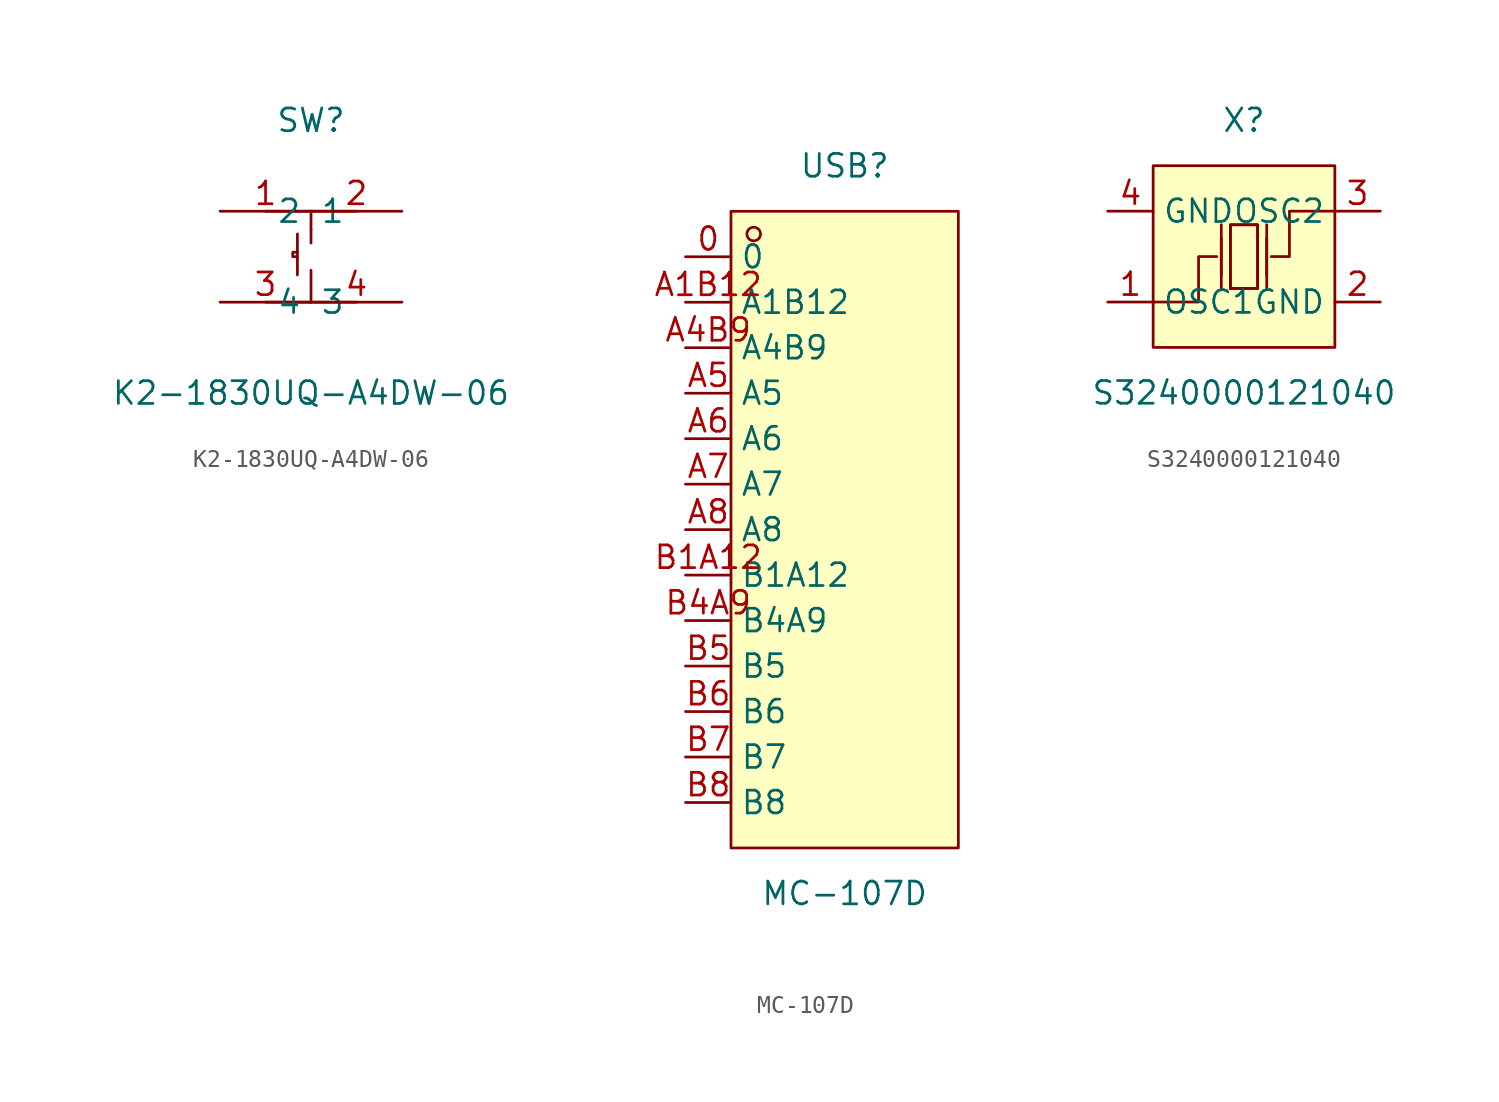
<source format=kicad_sym>
(kicad_symbol_lib
  (version 20211014)
  (generator https://github.com/uPesy/easyeda2kicad.py)
  (symbol "K2-1830UQ-A4DW-06"
    (property "Reference" "SW"
      (at 0 7.62 0)
      (effects (font (size 1.27 1.27))))
    (property "Value" "K2-1830UQ-A4DW-06"
      (at 0 -7.62 0)
      (effects (font (size 1.27 1.27))))
    (symbol "K2-1830UQ-A4DW-06_0_1"
      (polyline (pts (xy -2.54 2.54) (xy 2.54 2.54)) (stroke (width 0) (type default) (color 0 0 0 0)) (fill (type none)))
      (polyline (pts (xy -2.54 -2.54) (xy 2.54 -2.54)) (stroke (width 0) (type default) (color 0 0 0 0)) (fill (type none)))
      (polyline (pts (xy 0.00 2.54) (xy 0.00 1.52)) (stroke (width 0) (type default) (color 0 0 0 0)) (fill (type none)))
      (polyline (pts (xy 0.00 -2.54) (xy 0.00 -0.76)) (stroke (width 0) (type default) (color 0 0 0 0)) (fill (type none)))
      (polyline (pts (xy 0.00 1.52) (xy 0.00 0.76)) (stroke (width 0) (type default) (color 0 0 0 0)) (fill (type none)))
      (polyline (pts (xy -0.76 1.27) (xy -0.76 -1.02)) (stroke (width 0) (type default) (color 0 0 0 0)) (fill (type none)))
      (polyline (pts (xy -0.76 0.25) (xy -1.02 0.25) (xy -1.02 -0.00) (xy -0.76 -0.00)) (stroke (width 0) (type default) (color 0 0 0 0)) (fill (type none)))
      (pin unspecified line (at -5.08 2.54 0) (length 5.08) (name "1" (effects (font (size 1.27 1.27)))) (number "1" (effects (font (size 1.27 1.27)))))
      (pin unspecified line (at 5.08 2.54 180) (length 5.08) (name "2" (effects (font (size 1.27 1.27)))) (number "2" (effects (font (size 1.27 1.27)))))
      (pin unspecified line (at -5.08 -2.54 0) (length 5.08) (name "3" (effects (font (size 1.27 1.27)))) (number "3" (effects (font (size 1.27 1.27)))))
      (pin unspecified line (at 5.08 -2.54 180) (length 5.08) (name "4" (effects (font (size 1.27 1.27)))) (number "4" (effects (font (size 1.27 1.27)))))))
  (symbol "MC-107D"
    (property "Reference" "USB"
      (at 0 20.32 0)
      (effects (font (size 1.27 1.27))))
    (property "Value" "MC-107D"
      (at 0 -20.32 0)
      (effects (font (size 1.27 1.27))))
    (symbol "MC-107D_0_1"
      (rectangle (start -6.35 17.78) (end 6.35 -17.78) (stroke (width 0) (type default) (color 0 0 0 0)) (fill (type background)))
      (circle (center -5.08 16.51) (radius 0.38) (stroke (width 0) (type default) (color 0 0 0 0)) (fill (type none)))
      (pin unspecified line (at -8.89 15.24 0) (length 2.54) (name "0" (effects (font (size 1.27 1.27)))) (number "0" (effects (font (size 1.27 1.27)))))
      (pin unspecified line (at -8.89 12.70 0) (length 2.54) (name "A1B12" (effects (font (size 1.27 1.27)))) (number "A1B12" (effects (font (size 1.27 1.27)))))
      (pin unspecified line (at -8.89 10.16 0) (length 2.54) (name "A4B9" (effects (font (size 1.27 1.27)))) (number "A4B9" (effects (font (size 1.27 1.27)))))
      (pin unspecified line (at -8.89 7.62 0) (length 2.54) (name "A5" (effects (font (size 1.27 1.27)))) (number "A5" (effects (font (size 1.27 1.27)))))
      (pin unspecified line (at -8.89 5.08 0) (length 2.54) (name "A6" (effects (font (size 1.27 1.27)))) (number "A6" (effects (font (size 1.27 1.27)))))
      (pin unspecified line (at -8.89 2.54 0) (length 2.54) (name "A7" (effects (font (size 1.27 1.27)))) (number "A7" (effects (font (size 1.27 1.27)))))
      (pin unspecified line (at -8.89 -0.00 0) (length 2.54) (name "A8" (effects (font (size 1.27 1.27)))) (number "A8" (effects (font (size 1.27 1.27)))))
      (pin unspecified line (at -8.89 -2.54 0) (length 2.54) (name "B1A12" (effects (font (size 1.27 1.27)))) (number "B1A12" (effects (font (size 1.27 1.27)))))
      (pin unspecified line (at -8.89 -5.08 0) (length 2.54) (name "B4A9" (effects (font (size 1.27 1.27)))) (number "B4A9" (effects (font (size 1.27 1.27)))))
      (pin unspecified line (at -8.89 -7.62 0) (length 2.54) (name "B5" (effects (font (size 1.27 1.27)))) (number "B5" (effects (font (size 1.27 1.27)))))
      (pin unspecified line (at -8.89 -10.16 0) (length 2.54) (name "B6" (effects (font (size 1.27 1.27)))) (number "B6" (effects (font (size 1.27 1.27)))))
      (pin unspecified line (at -8.89 -12.70 0) (length 2.54) (name "B7" (effects (font (size 1.27 1.27)))) (number "B7" (effects (font (size 1.27 1.27)))))
      (pin unspecified line (at -8.89 -15.24 0) (length 2.54) (name "B8" (effects (font (size 1.27 1.27)))) (number "B8" (effects (font (size 1.27 1.27)))))))
  (symbol "S3240000121040"
    (property "Reference" "X"
      (at 0 7.62 0)
      (effects (font (size 1.27 1.27))))
    (property "Value" "S3240000121040"
      (at 0 -7.62 0)
      (effects (font (size 1.27 1.27))))
    (symbol "S3240000121040_0_1"
      (rectangle (start -5.08 5.08) (end 5.08 -5.08) (stroke (width 0) (type default) (color 0 0 0 0)) (fill (type background)))
      (polyline (pts (xy -1.27 -1.02) (xy -1.27 1.02)) (stroke (width 0) (type default) (color 0 0 0 0)) (fill (type none)))
      (polyline (pts (xy 0.76 -1.78) (xy -0.76 -1.78)) (stroke (width 0) (type default) (color 0 0 0 0)) (fill (type none)))
      (polyline (pts (xy 1.27 -1.02) (xy 1.27 1.02)) (stroke (width 0) (type default) (color 0 0 0 0)) (fill (type none)))
      (polyline (pts (xy -0.76 -1.78) (xy -0.76 1.78) (xy 0.76 1.78) (xy 0.76 -1.78)) (stroke (width 0) (type default) (color 0 0 0 0)) (fill (type none)))
      (polyline (pts (xy 5.08 2.54) (xy 2.54 2.54) (xy 2.54 -0.00) (xy 1.52 -0.00)) (stroke (width 0) (type default) (color 0 0 0 0)) (fill (type none)))
      (polyline (pts (xy -5.08 -2.54) (xy -2.54 -2.54) (xy -2.54 -0.00) (xy -1.52 -0.00)) (stroke (width 0) (type default) (color 0 0 0 0)) (fill (type none)))
      (polyline (pts (xy 1.27 -1.78) (xy 1.27 1.78)) (stroke (width 0) (type default) (color 0 0 0 0)) (fill (type none)))
      (polyline (pts (xy -1.27 -1.78) (xy -1.27 1.78)) (stroke (width 0) (type default) (color 0 0 0 0)) (fill (type none)))
      (polyline (pts (xy 0.76 1.78) (xy 0.76 -1.78) (xy -0.76 -1.78) (xy -0.76 1.78) (xy 0.76 1.78)) (stroke (width 0) (type default) (color 0 0 0 0)) (fill (type background)))
      (pin unspecified line (at -7.62 2.54 0) (length 2.54) (name "GND" (effects (font (size 1.27 1.27)))) (number "4" (effects (font (size 1.27 1.27)))))
      (pin unspecified line (at 7.62 -2.54 180) (length 2.54) (name "GND" (effects (font (size 1.27 1.27)))) (number "2" (effects (font (size 1.27 1.27)))))
      (pin unspecified line (at -7.62 -2.54 0) (length 2.54) (name "OSC1" (effects (font (size 1.27 1.27)))) (number "1" (effects (font (size 1.27 1.27)))))
      (pin unspecified line (at 7.62 2.54 180) (length 2.54) (name "OSC2" (effects (font (size 1.27 1.27)))) (number "3" (effects (font (size 1.27 1.27))))))))
</source>
